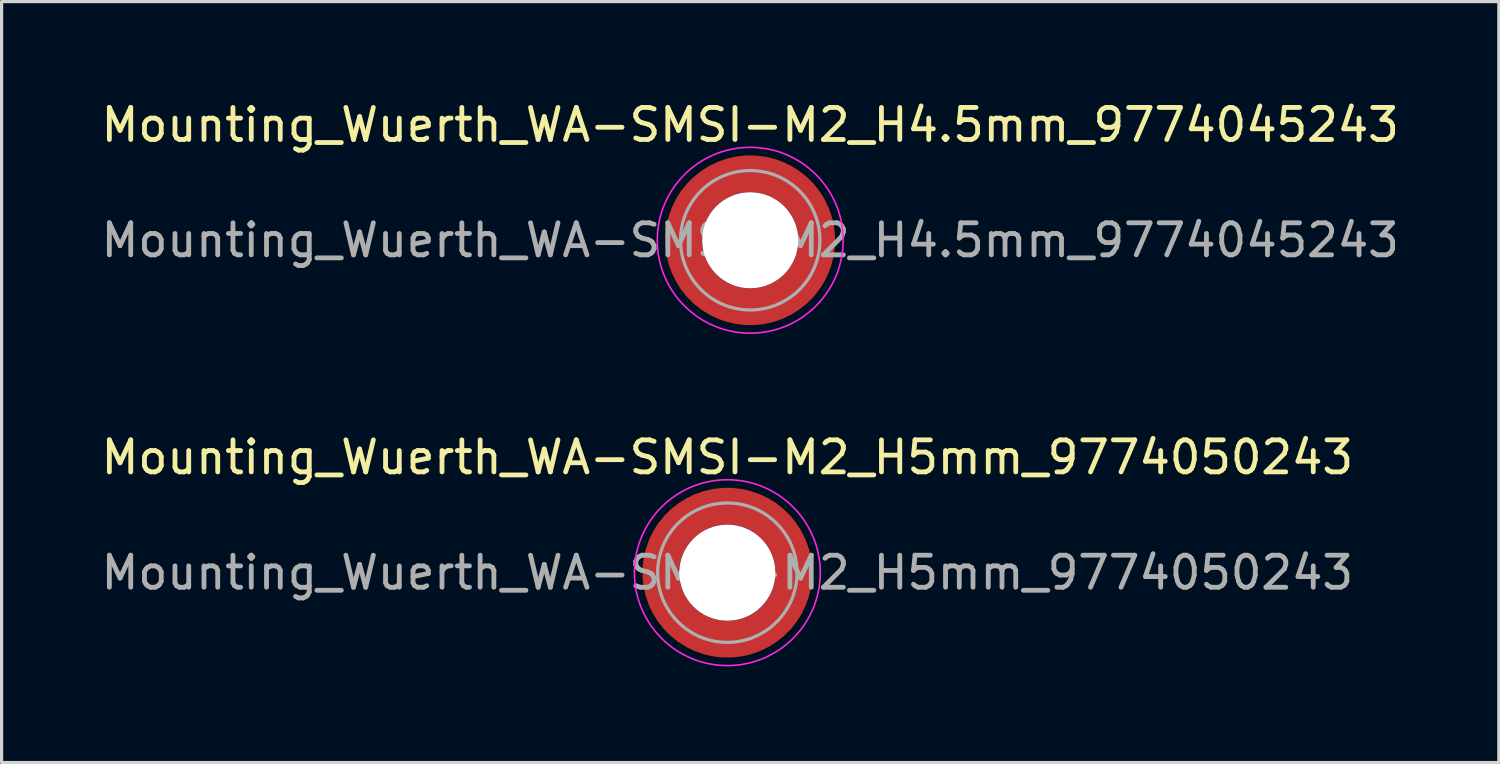
<source format=kicad_pcb>
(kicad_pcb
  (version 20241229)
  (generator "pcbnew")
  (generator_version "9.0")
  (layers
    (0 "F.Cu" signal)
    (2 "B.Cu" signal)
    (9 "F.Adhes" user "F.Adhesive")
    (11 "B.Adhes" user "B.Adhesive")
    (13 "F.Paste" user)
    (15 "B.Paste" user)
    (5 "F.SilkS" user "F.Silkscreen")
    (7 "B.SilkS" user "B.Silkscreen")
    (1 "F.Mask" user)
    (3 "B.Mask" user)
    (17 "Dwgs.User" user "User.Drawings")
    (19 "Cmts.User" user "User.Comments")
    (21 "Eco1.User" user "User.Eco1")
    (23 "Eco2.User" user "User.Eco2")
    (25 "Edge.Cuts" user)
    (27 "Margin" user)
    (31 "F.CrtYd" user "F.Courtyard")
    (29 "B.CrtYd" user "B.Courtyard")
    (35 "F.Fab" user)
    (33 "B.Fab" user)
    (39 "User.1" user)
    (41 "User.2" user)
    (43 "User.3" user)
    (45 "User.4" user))
  (footprint "Mounting_Wuerth_WA-SMSI-M2_H4.5mm_9774045243"
    (layer "F.Cu")
    (at 20.363 4.448)
    (property "Reference" "Mounting_Wuerth_WA-SMSI-M2_H4.5mm_9774045243" (at 0 -3.6 0) (layer "F.SilkS") (effects (font (size 1 1) (thickness 0.15))))
    (attr smd allow_soldermask_bridges)
    (fp_circle (center 0 0) (end 2.9 0) (stroke (width 0.05) (type solid)) (fill no) (layer "F.CrtYd"))
    (fp_circle (center 0 0) (end 2.175 0) (stroke (width 0.1) (type solid)) (fill no) (layer "F.Fab"))
    (fp_text user "${REFERENCE}" (at 0 0 0) (layer "F.Fab") (effects (font (size 1 1) (thickness 0.15))))
    (pad "" smd custom (at -1.453 -1.453) (size 0.505 0.505) (layers "F.Paste") (options (anchor circle)) (primitives (gr_arc (start -0.147677 1.053104) (mid 0.286378 0.286378) (end 1.053104 -0.147677) (width 0.2)) (gr_arc (start -0.240295 1.053104) (mid 0.222739 0.222739) (end 1.053104 -0.240295) (width 0.2)) (gr_arc (start -0.332645 1.053104) (mid 0.159099 0.159099) (end 1.053104 -0.332645) (width 0.2)) (gr_arc (start -0.424767 1.053104) (mid 0.095459 0.095459) (end 1.053104 -0.424767) (width 0.2)) (gr_arc (start -0.516693 1.053104) (mid 0.03182 0.03182) (end 1.053104 -0.516693) (width 0.2)) (gr_arc (start -0.608448 1.053104) (mid -0.03182 -0.03182) (end 1.053104 -0.608448) (width 0.2)) (gr_arc (start -0.700056 1.053104) (mid -0.095459 -0.095459) (end 1.053104 -0.700056) (width 0.2)) (gr_arc (start -0.791534 1.053104) (mid -0.159099 -0.159099) (end 1.053104 -0.791534) (width 0.2)) (gr_arc (start -0.882896 1.053104) (mid -0.222739 -0.222739) (end 1.053104 -0.882896) (width 0.2)) (gr_arc (start -0.974157 1.053104) (mid -0.286378 -0.286378) (end 1.053104 -0.974157) (width 0.2)) (gr_line (start 1.053 -0.148) (end 1.053 -0.974) (width 0.2)) (gr_line (start -0.148 1.053) (end -0.974 1.053) (width 0.2))))
    (pad "" smd custom (at -1.453 1.453) (size 0.505 0.505) (layers "F.Paste") (options (anchor circle)) (primitives (gr_arc (start 1.053104 0.147677) (mid 0.286378 -0.286378) (end -0.147677 -1.053104) (width 0.2)) (gr_arc (start 1.053104 0.240295) (mid 0.222739 -0.222739) (end -0.240295 -1.053104) (width 0.2)) (gr_arc (start 1.053104 0.332645) (mid 0.159099 -0.159099) (end -0.332645 -1.053104) (width 0.2)) (gr_arc (start 1.053104 0.424767) (mid 0.095459 -0.095459) (end -0.424767 -1.053104) (width 0.2)) (gr_arc (start 1.053104 0.516693) (mid 0.03182 -0.03182) (end -0.516693 -1.053104) (width 0.2)) (gr_arc (start 1.053104 0.608448) (mid -0.03182 0.03182) (end -0.608448 -1.053104) (width 0.2)) (gr_arc (start 1.053104 0.700056) (mid -0.095459 0.095459) (end -0.700056 -1.053104) (width 0.2)) (gr_arc (start 1.053104 0.791534) (mid -0.159099 0.159099) (end -0.791534 -1.053104) (width 0.2)) (gr_arc (start 1.053104 0.882896) (mid -0.222739 0.222739) (end -0.882896 -1.053104) (width 0.2)) (gr_arc (start 1.053104 0.974157) (mid -0.286378 0.286378) (end -0.974157 -1.053104) (width 0.2)) (gr_line (start -0.148 -1.053) (end -0.974 -1.053) (width 0.2)) (gr_line (start 1.053 0.148) (end 1.053 0.974) (width 0.2))))
    (pad "" np_thru_hole circle (at 0 0) (size 3 3) (drill 3) (layers "*.Cu" "*.Mask"))
    (pad "" smd custom (at 1.453 -1.453) (size 0.505 0.505) (layers "F.Paste") (options (anchor circle)) (primitives (gr_arc (start -1.053104 -0.147677) (mid -0.286378 0.286378) (end 0.147677 1.053104) (width 0.2)) (gr_arc (start -1.053104 -0.240295) (mid -0.222739 0.222739) (end 0.240295 1.053104) (width 0.2)) (gr_arc (start -1.053104 -0.332645) (mid -0.159099 0.159099) (end 0.332645 1.053104) (width 0.2)) (gr_arc (start -1.053104 -0.424767) (mid -0.095459 0.095459) (end 0.424767 1.053104) (width 0.2)) (gr_arc (start -1.053104 -0.516693) (mid -0.03182 0.03182) (end 0.516693 1.053104) (width 0.2)) (gr_arc (start -1.053104 -0.608448) (mid 0.03182 -0.03182) (end 0.608448 1.053104) (width 0.2)) (gr_arc (start -1.053104 -0.700056) (mid 0.095459 -0.095459) (end 0.700056 1.053104) (width 0.2)) (gr_arc (start -1.053104 -0.791534) (mid 0.159099 -0.159099) (end 0.791534 1.053104) (width 0.2)) (gr_arc (start -1.053104 -0.882896) (mid 0.222739 -0.222739) (end 0.882896 1.053104) (width 0.2)) (gr_arc (start -1.053104 -0.974157) (mid 0.286378 -0.286378) (end 0.974157 1.053104) (width 0.2)) (gr_line (start 0.148 1.053) (end 0.974 1.053) (width 0.2)) (gr_line (start -1.053 -0.148) (end -1.053 -0.974) (width 0.2))))
    (pad "" smd custom (at 1.453 1.453) (size 0.505 0.505) (layers "F.Paste") (options (anchor circle)) (primitives (gr_arc (start 0.147677 -1.053104) (mid -0.286378 -0.286378) (end -1.053104 0.147677) (width 0.2)) (gr_arc (start 0.240295 -1.053104) (mid -0.222739 -0.222739) (end -1.053104 0.240295) (width 0.2)) (gr_arc (start 0.332645 -1.053104) (mid -0.159099 -0.159099) (end -1.053104 0.332645) (width 0.2)) (gr_arc (start 0.424767 -1.053104) (mid -0.095459 -0.095459) (end -1.053104 0.424767) (width 0.2)) (gr_arc (start 0.516693 -1.053104) (mid -0.03182 -0.03182) (end -1.053104 0.516693) (width 0.2)) (gr_arc (start 0.608448 -1.053104) (mid 0.03182 0.03182) (end -1.053104 0.608448) (width 0.2)) (gr_arc (start 0.700056 -1.053104) (mid 0.095459 0.095459) (end -1.053104 0.700056) (width 0.2)) (gr_arc (start 0.791534 -1.053104) (mid 0.159099 0.159099) (end -1.053104 0.791534) (width 0.2)) (gr_arc (start 0.882896 -1.053104) (mid 0.222739 0.222739) (end -1.053104 0.882896) (width 0.2)) (gr_arc (start 0.974157 -1.053104) (mid 0.286378 0.286378) (end -1.053104 0.974157) (width 0.2)) (gr_line (start -1.053 0.148) (end -1.053 0.974) (width 0.2)) (gr_line (start 0.148 -1.053) (end 0.974 -1.053) (width 0.2))))
    (pad "1" smd circle (at -2.075 0) (size 0.642 0.642) (layers "F.Cu"))
    (pad "1" smd circle (at 0 -2.075) (size 0.642 0.642) (layers "F.Cu"))
    (pad "1" smd circle (at 0 2.075) (size 0.642 0.642) (layers "F.Cu"))
    (pad "1" smd custom (at 2.075 0) (size 1.15 1.15) (layers "F.Cu" "F.Mask") (options (anchor circle)) (primitives (gr_circle (center -2.075 0) (end 0 0) (width 1.15) (fill no)))))
  (footprint "Mounting_Wuerth_WA-SMSI-M2_H5mm_9774050243"
    (layer "F.Cu")
    (at 19.649 14.822)
    (property "Reference" "Mounting_Wuerth_WA-SMSI-M2_H5mm_9774050243" (at 0 -3.6 0) (layer "F.SilkS") (effects (font (size 1 1) (thickness 0.15))))
    (attr smd allow_soldermask_bridges)
    (fp_circle (center 0 0) (end 2.9 0) (stroke (width 0.05) (type solid)) (fill no) (layer "F.CrtYd"))
    (fp_circle (center 0 0) (end 2.175 0) (stroke (width 0.1) (type solid)) (fill no) (layer "F.Fab"))
    (fp_text user "${REFERENCE}" (at 0 0 0) (layer "F.Fab") (effects (font (size 1 1) (thickness 0.15))))
    (pad "" smd custom (at -1.453 -1.453) (size 0.505 0.505) (layers "F.Paste") (options (anchor circle)) (primitives (gr_arc (start -0.147677 1.053104) (mid 0.286378 0.286378) (end 1.053104 -0.147677) (width 0.2)) (gr_arc (start -0.240295 1.053104) (mid 0.222739 0.222739) (end 1.053104 -0.240295) (width 0.2)) (gr_arc (start -0.332645 1.053104) (mid 0.159099 0.159099) (end 1.053104 -0.332645) (width 0.2)) (gr_arc (start -0.424767 1.053104) (mid 0.095459 0.095459) (end 1.053104 -0.424767) (width 0.2)) (gr_arc (start -0.516693 1.053104) (mid 0.03182 0.03182) (end 1.053104 -0.516693) (width 0.2)) (gr_arc (start -0.608448 1.053104) (mid -0.03182 -0.03182) (end 1.053104 -0.608448) (width 0.2)) (gr_arc (start -0.700056 1.053104) (mid -0.095459 -0.095459) (end 1.053104 -0.700056) (width 0.2)) (gr_arc (start -0.791534 1.053104) (mid -0.159099 -0.159099) (end 1.053104 -0.791534) (width 0.2)) (gr_arc (start -0.882896 1.053104) (mid -0.222739 -0.222739) (end 1.053104 -0.882896) (width 0.2)) (gr_arc (start -0.974157 1.053104) (mid -0.286378 -0.286378) (end 1.053104 -0.974157) (width 0.2)) (gr_line (start 1.053 -0.148) (end 1.053 -0.974) (width 0.2)) (gr_line (start -0.148 1.053) (end -0.974 1.053) (width 0.2))))
    (pad "" smd custom (at -1.453 1.453) (size 0.505 0.505) (layers "F.Paste") (options (anchor circle)) (primitives (gr_arc (start 1.053104 0.147677) (mid 0.286378 -0.286378) (end -0.147677 -1.053104) (width 0.2)) (gr_arc (start 1.053104 0.240295) (mid 0.222739 -0.222739) (end -0.240295 -1.053104) (width 0.2)) (gr_arc (start 1.053104 0.332645) (mid 0.159099 -0.159099) (end -0.332645 -1.053104) (width 0.2)) (gr_arc (start 1.053104 0.424767) (mid 0.095459 -0.095459) (end -0.424767 -1.053104) (width 0.2)) (gr_arc (start 1.053104 0.516693) (mid 0.03182 -0.03182) (end -0.516693 -1.053104) (width 0.2)) (gr_arc (start 1.053104 0.608448) (mid -0.03182 0.03182) (end -0.608448 -1.053104) (width 0.2)) (gr_arc (start 1.053104 0.700056) (mid -0.095459 0.095459) (end -0.700056 -1.053104) (width 0.2)) (gr_arc (start 1.053104 0.791534) (mid -0.159099 0.159099) (end -0.791534 -1.053104) (width 0.2)) (gr_arc (start 1.053104 0.882896) (mid -0.222739 0.222739) (end -0.882896 -1.053104) (width 0.2)) (gr_arc (start 1.053104 0.974157) (mid -0.286378 0.286378) (end -0.974157 -1.053104) (width 0.2)) (gr_line (start -0.148 -1.053) (end -0.974 -1.053) (width 0.2)) (gr_line (start 1.053 0.148) (end 1.053 0.974) (width 0.2))))
    (pad "" np_thru_hole circle (at 0 0) (size 3 3) (drill 3) (layers "*.Cu" "*.Mask"))
    (pad "" smd custom (at 1.453 -1.453) (size 0.505 0.505) (layers "F.Paste") (options (anchor circle)) (primitives (gr_arc (start -1.053104 -0.147677) (mid -0.286378 0.286378) (end 0.147677 1.053104) (width 0.2)) (gr_arc (start -1.053104 -0.240295) (mid -0.222739 0.222739) (end 0.240295 1.053104) (width 0.2)) (gr_arc (start -1.053104 -0.332645) (mid -0.159099 0.159099) (end 0.332645 1.053104) (width 0.2)) (gr_arc (start -1.053104 -0.424767) (mid -0.095459 0.095459) (end 0.424767 1.053104) (width 0.2)) (gr_arc (start -1.053104 -0.516693) (mid -0.03182 0.03182) (end 0.516693 1.053104) (width 0.2)) (gr_arc (start -1.053104 -0.608448) (mid 0.03182 -0.03182) (end 0.608448 1.053104) (width 0.2)) (gr_arc (start -1.053104 -0.700056) (mid 0.095459 -0.095459) (end 0.700056 1.053104) (width 0.2)) (gr_arc (start -1.053104 -0.791534) (mid 0.159099 -0.159099) (end 0.791534 1.053104) (width 0.2)) (gr_arc (start -1.053104 -0.882896) (mid 0.222739 -0.222739) (end 0.882896 1.053104) (width 0.2)) (gr_arc (start -1.053104 -0.974157) (mid 0.286378 -0.286378) (end 0.974157 1.053104) (width 0.2)) (gr_line (start 0.148 1.053) (end 0.974 1.053) (width 0.2)) (gr_line (start -1.053 -0.148) (end -1.053 -0.974) (width 0.2))))
    (pad "" smd custom (at 1.453 1.453) (size 0.505 0.505) (layers "F.Paste") (options (anchor circle)) (primitives (gr_arc (start 0.147677 -1.053104) (mid -0.286378 -0.286378) (end -1.053104 0.147677) (width 0.2)) (gr_arc (start 0.240295 -1.053104) (mid -0.222739 -0.222739) (end -1.053104 0.240295) (width 0.2)) (gr_arc (start 0.332645 -1.053104) (mid -0.159099 -0.159099) (end -1.053104 0.332645) (width 0.2)) (gr_arc (start 0.424767 -1.053104) (mid -0.095459 -0.095459) (end -1.053104 0.424767) (width 0.2)) (gr_arc (start 0.516693 -1.053104) (mid -0.03182 -0.03182) (end -1.053104 0.516693) (width 0.2)) (gr_arc (start 0.608448 -1.053104) (mid 0.03182 0.03182) (end -1.053104 0.608448) (width 0.2)) (gr_arc (start 0.700056 -1.053104) (mid 0.095459 0.095459) (end -1.053104 0.700056) (width 0.2)) (gr_arc (start 0.791534 -1.053104) (mid 0.159099 0.159099) (end -1.053104 0.791534) (width 0.2)) (gr_arc (start 0.882896 -1.053104) (mid 0.222739 0.222739) (end -1.053104 0.882896) (width 0.2)) (gr_arc (start 0.974157 -1.053104) (mid 0.286378 0.286378) (end -1.053104 0.974157) (width 0.2)) (gr_line (start -1.053 0.148) (end -1.053 0.974) (width 0.2)) (gr_line (start 0.148 -1.053) (end 0.974 -1.053) (width 0.2))))
    (pad "1" smd circle (at -2.075 0) (size 0.642 0.642) (layers "F.Cu"))
    (pad "1" smd circle (at 0 -2.075) (size 0.642 0.642) (layers "F.Cu"))
    (pad "1" smd circle (at 0 2.075) (size 0.642 0.642) (layers "F.Cu"))
    (pad "1" smd custom (at 2.075 0) (size 1.15 1.15) (layers "F.Cu" "F.Mask") (options (anchor circle)) (primitives (gr_circle (center -2.075 0) (end 0 0) (width 1.15) (fill no)))))
  (gr_rect
    (start -3 -3)
    (end 43.726 20.747)
    (stroke (width 0.1) (type default))
    (fill no)
    (layer "Edge.Cuts")))
</source>
